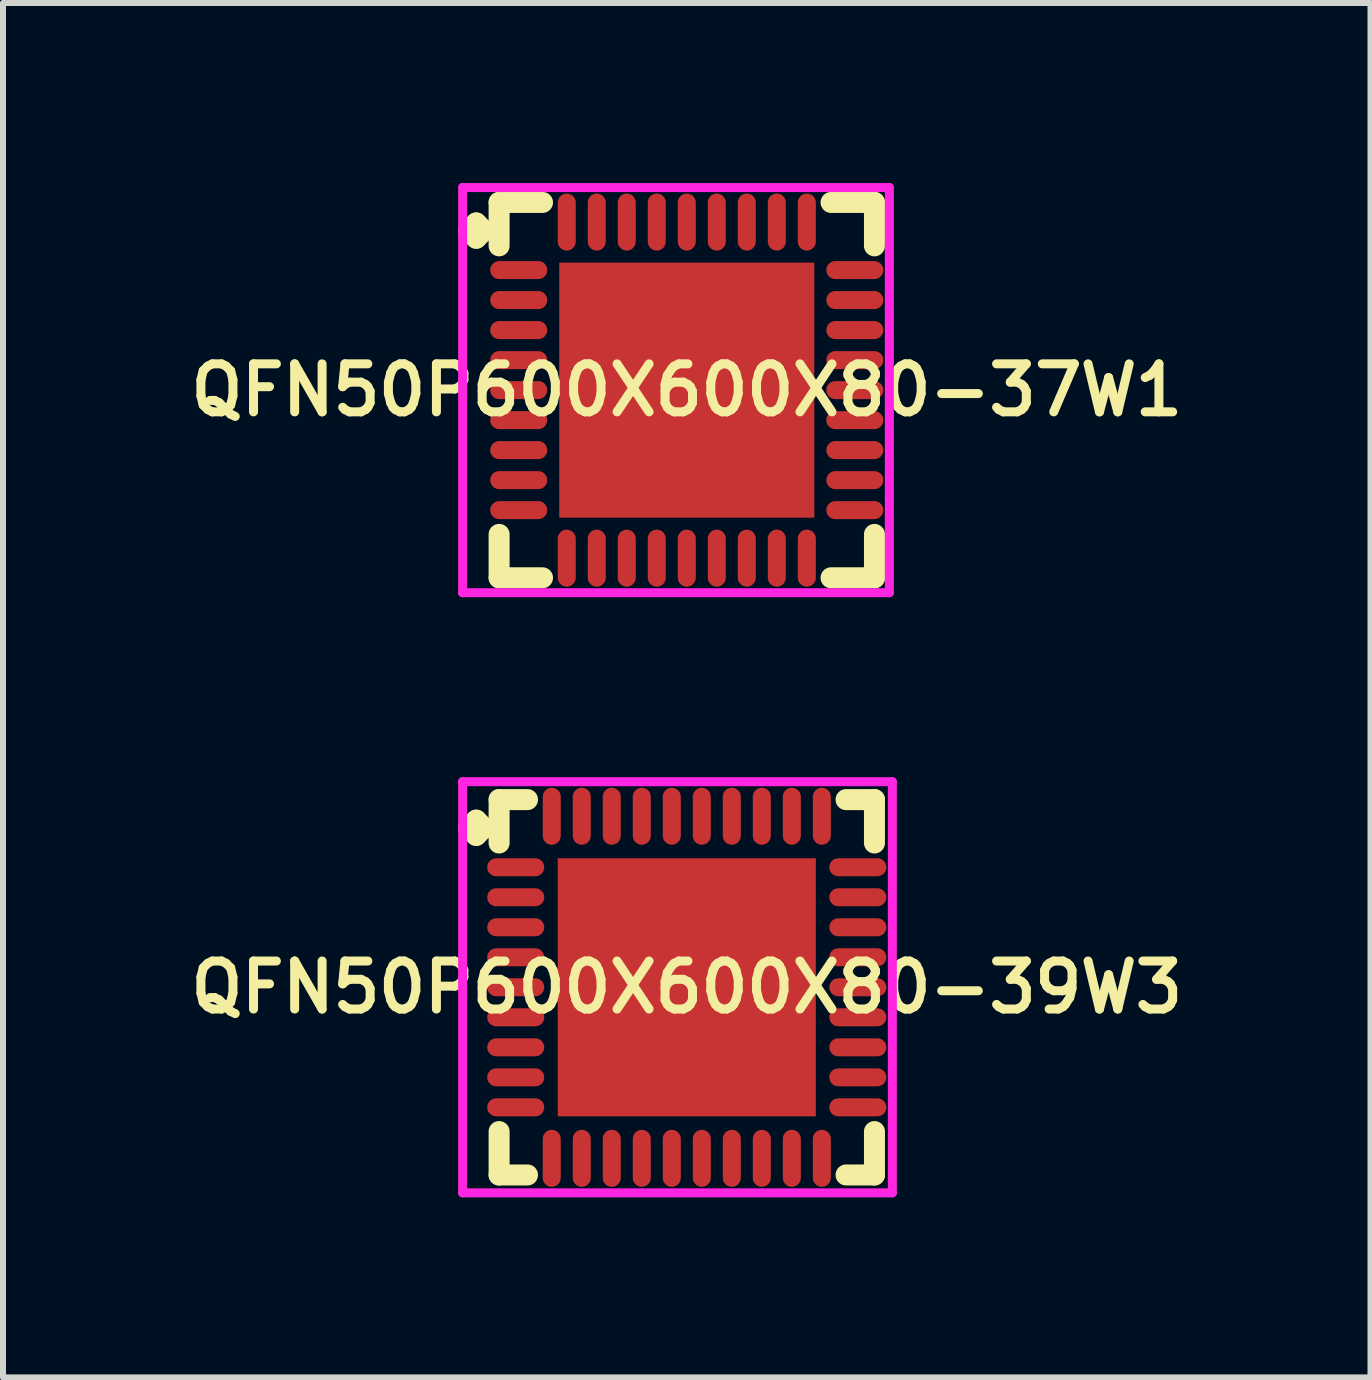
<source format=kicad_pcb>
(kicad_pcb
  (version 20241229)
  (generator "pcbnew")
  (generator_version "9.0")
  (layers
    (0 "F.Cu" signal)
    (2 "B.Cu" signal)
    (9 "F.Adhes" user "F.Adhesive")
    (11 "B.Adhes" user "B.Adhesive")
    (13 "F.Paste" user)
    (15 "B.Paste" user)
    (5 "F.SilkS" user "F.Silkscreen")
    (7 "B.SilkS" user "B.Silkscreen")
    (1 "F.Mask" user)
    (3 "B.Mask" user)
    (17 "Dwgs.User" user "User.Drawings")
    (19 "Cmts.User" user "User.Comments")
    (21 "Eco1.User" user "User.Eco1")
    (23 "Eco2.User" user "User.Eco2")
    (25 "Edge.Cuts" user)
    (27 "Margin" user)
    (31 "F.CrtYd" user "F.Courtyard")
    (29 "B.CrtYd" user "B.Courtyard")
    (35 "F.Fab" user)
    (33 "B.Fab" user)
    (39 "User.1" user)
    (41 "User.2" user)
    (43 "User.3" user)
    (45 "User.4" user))
  (footprint "QFN50P600X600X80-39W3"
    (layer "F.Cu")
    (at 8.393 13.4)
    (property "Reference" "QFN50P600X600X80-39W3" (at 0 0 0) (layer "F.SilkS") (effects (font (size 0.8 0.8) (thickness 0.15))))
    (attr smd)
    (fp_line (start -3.635 -2.658) (end -3.508 -2.785) (stroke (width 0.35) (type solid)) (layer "F.SilkS"))
    (fp_line (start -3.508 -2.785) (end -3.381 -2.658) (stroke (width 0.35) (type solid)) (layer "F.SilkS"))
    (fp_line (start -3.508 -2.531) (end -3.635 -2.658) (stroke (width 0.35) (type solid)) (layer "F.SilkS"))
    (fp_line (start -3.381 -2.658) (end -3.508 -2.531) (stroke (width 0.35) (type solid)) (layer "F.SilkS"))
    (fp_line (start -3.127 -3.127) (end -2.654 -3.127) (stroke (width 0.35) (type solid)) (layer "F.SilkS"))
    (fp_line (start -3.127 -2.404) (end -3.127 -3.127) (stroke (width 0.35) (type solid)) (layer "F.SilkS"))
    (fp_line (start -3.127 2.404) (end -3.127 3.127) (stroke (width 0.35) (type solid)) (layer "F.SilkS"))
    (fp_line (start -3.127 3.127) (end -2.654 3.127) (stroke (width 0.35) (type solid)) (layer "F.SilkS"))
    (fp_line (start 2.654 -3.127) (end 3.127 -3.127) (stroke (width 0.35) (type solid)) (layer "F.SilkS"))
    (fp_line (start 2.654 3.127) (end 3.127 3.127) (stroke (width 0.35) (type solid)) (layer "F.SilkS"))
    (fp_line (start 3.127 -3.127) (end 3.127 -2.404) (stroke (width 0.35) (type solid)) (layer "F.SilkS"))
    (fp_line (start 3.127 3.127) (end 3.127 2.404) (stroke (width 0.35) (type solid)) (layer "F.SilkS"))
    (fp_line (start -3.735 -3.425) (end 3.425 -3.425) (stroke (width 0.15) (type solid)) (layer "F.CrtYd"))
    (fp_line (start -3.735 3.425) (end -3.735 -3.425) (stroke (width 0.15) (type solid)) (layer "F.CrtYd"))
    (fp_line (start 3.425 -3.425) (end 3.425 3.425) (stroke (width 0.15) (type solid)) (layer "F.CrtYd"))
    (fp_line (start 3.425 3.425) (end -3.735 3.425) (stroke (width 0.15) (type solid)) (layer "F.CrtYd"))
    (pad "1" smd oval (at -2.85 -2) (size 0.95 0.3) (layers "F.Cu" "F.Mask" "F.Paste"))
    (pad "2" smd oval (at -2.85 -1.5) (size 0.95 0.3) (layers "F.Cu" "F.Mask" "F.Paste"))
    (pad "3" smd oval (at -2.85 -1) (size 0.95 0.3) (layers "F.Cu" "F.Mask" "F.Paste"))
    (pad "4" smd oval (at -2.85 -0.5) (size 0.95 0.3) (layers "F.Cu" "F.Mask" "F.Paste"))
    (pad "5" smd oval (at -2.85 0) (size 0.95 0.3) (layers "F.Cu" "F.Mask" "F.Paste"))
    (pad "6" smd oval (at -2.85 0.5) (size 0.95 0.3) (layers "F.Cu" "F.Mask" "F.Paste"))
    (pad "7" smd oval (at -2.85 1) (size 0.95 0.3) (layers "F.Cu" "F.Mask" "F.Paste"))
    (pad "8" smd oval (at -2.85 1.5) (size 0.95 0.3) (layers "F.Cu" "F.Mask" "F.Paste"))
    (pad "9" smd oval (at -2.85 2) (size 0.95 0.3) (layers "F.Cu" "F.Mask" "F.Paste"))
    (pad "10" smd oval (at -2.25 2.85) (size 0.3 0.95) (layers "F.Cu" "F.Mask" "F.Paste"))
    (pad "11" smd oval (at -1.75 2.85) (size 0.3 0.95) (layers "F.Cu" "F.Mask" "F.Paste"))
    (pad "12" smd oval (at -1.25 2.85) (size 0.3 0.95) (layers "F.Cu" "F.Mask" "F.Paste"))
    (pad "13" smd oval (at -0.75 2.85) (size 0.3 0.95) (layers "F.Cu" "F.Mask" "F.Paste"))
    (pad "14" smd oval (at -0.25 2.85) (size 0.3 0.95) (layers "F.Cu" "F.Mask" "F.Paste"))
    (pad "15" smd oval (at 0.25 2.85) (size 0.3 0.95) (layers "F.Cu" "F.Mask" "F.Paste"))
    (pad "16" smd oval (at 0.75 2.85) (size 0.3 0.95) (layers "F.Cu" "F.Mask" "F.Paste"))
    (pad "17" smd oval (at 1.25 2.85) (size 0.3 0.95) (layers "F.Cu" "F.Mask" "F.Paste"))
    (pad "18" smd oval (at 1.75 2.85) (size 0.3 0.95) (layers "F.Cu" "F.Mask" "F.Paste"))
    (pad "19" smd oval (at 2.25 2.85) (size 0.3 0.95) (layers "F.Cu" "F.Mask" "F.Paste"))
    (pad "20" smd oval (at 2.85 2) (size 0.95 0.3) (layers "F.Cu" "F.Mask" "F.Paste"))
    (pad "21" smd oval (at 2.85 1.5) (size 0.95 0.3) (layers "F.Cu" "F.Mask" "F.Paste"))
    (pad "22" smd oval (at 2.85 1) (size 0.95 0.3) (layers "F.Cu" "F.Mask" "F.Paste"))
    (pad "23" smd oval (at 2.85 0.5) (size 0.95 0.3) (layers "F.Cu" "F.Mask" "F.Paste"))
    (pad "24" smd oval (at 2.85 0) (size 0.95 0.3) (layers "F.Cu" "F.Mask" "F.Paste"))
    (pad "25" smd oval (at 2.85 -0.5) (size 0.95 0.3) (layers "F.Cu" "F.Mask" "F.Paste"))
    (pad "26" smd oval (at 2.85 -1) (size 0.95 0.3) (layers "F.Cu" "F.Mask" "F.Paste"))
    (pad "27" smd oval (at 2.85 -1.5) (size 0.95 0.3) (layers "F.Cu" "F.Mask" "F.Paste"))
    (pad "28" smd oval (at 2.85 -2) (size 0.95 0.3) (layers "F.Cu" "F.Mask" "F.Paste"))
    (pad "29" smd oval (at 2.25 -2.85) (size 0.3 0.95) (layers "F.Cu" "F.Mask" "F.Paste"))
    (pad "30" smd oval (at 1.75 -2.85) (size 0.3 0.95) (layers "F.Cu" "F.Mask" "F.Paste"))
    (pad "31" smd oval (at 1.25 -2.85) (size 0.3 0.95) (layers "F.Cu" "F.Mask" "F.Paste"))
    (pad "32" smd oval (at 0.75 -2.85) (size 0.3 0.95) (layers "F.Cu" "F.Mask" "F.Paste"))
    (pad "33" smd oval (at 0.25 -2.85) (size 0.3 0.95) (layers "F.Cu" "F.Mask" "F.Paste"))
    (pad "34" smd oval (at -0.25 -2.85) (size 0.3 0.95) (layers "F.Cu" "F.Mask" "F.Paste"))
    (pad "35" smd oval (at -0.75 -2.85) (size 0.3 0.95) (layers "F.Cu" "F.Mask" "F.Paste"))
    (pad "36" smd oval (at -1.25 -2.85) (size 0.3 0.95) (layers "F.Cu" "F.Mask" "F.Paste"))
    (pad "37" smd oval (at -1.75 -2.85) (size 0.3 0.95) (layers "F.Cu" "F.Mask" "F.Paste"))
    (pad "38" smd oval (at -2.25 -2.85) (size 0.3 0.95) (layers "F.Cu" "F.Mask" "F.Paste"))
    (pad "39" smd rect (at 0 0) (size 4.3 4.3) (layers "F.Cu" "F.Mask" "F.Paste")))
  (footprint "QFN50P600X600X80-37W1"
    (layer "F.Cu")
    (at 8.393 3.45)
    (property "Reference" "QFN50P600X600X80-37W1" (at 0 0 0) (layer "F.SilkS") (effects (font (size 0.8 0.8) (thickness 0.15))))
    (attr through_hole)
    (fp_line (start -3.635 -2.658) (end -3.508 -2.785) (stroke (width 0.35) (type solid)) (layer "F.SilkS"))
    (fp_line (start -3.508 -2.785) (end -3.381 -2.658) (stroke (width 0.35) (type solid)) (layer "F.SilkS"))
    (fp_line (start -3.508 -2.531) (end -3.635 -2.658) (stroke (width 0.35) (type solid)) (layer "F.SilkS"))
    (fp_line (start -3.381 -2.658) (end -3.508 -2.531) (stroke (width 0.35) (type solid)) (layer "F.SilkS"))
    (fp_line (start -3.127 -3.127) (end -2.404 -3.127) (stroke (width 0.35) (type solid)) (layer "F.SilkS"))
    (fp_line (start -3.127 -2.404) (end -3.127 -3.127) (stroke (width 0.35) (type solid)) (layer "F.SilkS"))
    (fp_line (start -3.127 2.404) (end -3.127 3.127) (stroke (width 0.35) (type solid)) (layer "F.SilkS"))
    (fp_line (start -3.127 3.127) (end -2.404 3.127) (stroke (width 0.35) (type solid)) (layer "F.SilkS"))
    (fp_line (start 2.404 -3.127) (end 3.127 -3.127) (stroke (width 0.35) (type solid)) (layer "F.SilkS"))
    (fp_line (start 2.404 3.127) (end 3.127 3.127) (stroke (width 0.35) (type solid)) (layer "F.SilkS"))
    (fp_line (start 3.127 -3.127) (end 3.127 -2.404) (stroke (width 0.35) (type solid)) (layer "F.SilkS"))
    (fp_line (start 3.127 3.127) (end 3.127 2.404) (stroke (width 0.35) (type solid)) (layer "F.SilkS"))
    (fp_line (start -3.735 -3.375) (end 3.375 -3.375) (stroke (width 0.15) (type solid)) (layer "F.CrtYd"))
    (fp_line (start -3.735 3.375) (end -3.735 -3.375) (stroke (width 0.15) (type solid)) (layer "F.CrtYd"))
    (fp_line (start 3.375 -3.375) (end 3.375 3.375) (stroke (width 0.15) (type solid)) (layer "F.CrtYd"))
    (fp_line (start 3.375 3.375) (end -3.735 3.375) (stroke (width 0.15) (type solid)) (layer "F.CrtYd"))
    (pad "1" smd oval (at -2.8 -2) (size 0.95 0.3) (layers "F.Cu" "F.Mask" "F.Paste"))
    (pad "2" smd oval (at -2.8 -1.5) (size 0.95 0.3) (layers "F.Cu" "F.Mask" "F.Paste"))
    (pad "3" smd oval (at -2.8 -1) (size 0.95 0.3) (layers "F.Cu" "F.Mask" "F.Paste"))
    (pad "4" smd oval (at -2.8 -0.5) (size 0.95 0.3) (layers "F.Cu" "F.Mask" "F.Paste"))
    (pad "5" smd oval (at -2.8 0) (size 0.95 0.3) (layers "F.Cu" "F.Mask" "F.Paste"))
    (pad "6" smd oval (at -2.8 0.5) (size 0.95 0.3) (layers "F.Cu" "F.Mask" "F.Paste"))
    (pad "7" smd oval (at -2.8 1) (size 0.95 0.3) (layers "F.Cu" "F.Mask" "F.Paste"))
    (pad "8" smd oval (at -2.8 1.5) (size 0.95 0.3) (layers "F.Cu" "F.Mask" "F.Paste"))
    (pad "9" smd oval (at -2.8 2) (size 0.95 0.3) (layers "F.Cu" "F.Mask" "F.Paste"))
    (pad "10" smd oval (at -2 2.8) (size 0.3 0.95) (layers "F.Cu" "F.Mask" "F.Paste"))
    (pad "11" smd oval (at -1.5 2.8) (size 0.3 0.95) (layers "F.Cu" "F.Mask" "F.Paste"))
    (pad "12" smd oval (at -1 2.8) (size 0.3 0.95) (layers "F.Cu" "F.Mask" "F.Paste"))
    (pad "13" smd oval (at -0.5 2.8) (size 0.3 0.95) (layers "F.Cu" "F.Mask" "F.Paste"))
    (pad "14" smd oval (at 0 2.8) (size 0.3 0.95) (layers "F.Cu" "F.Mask" "F.Paste"))
    (pad "15" smd oval (at 0.5 2.8) (size 0.3 0.95) (layers "F.Cu" "F.Mask" "F.Paste"))
    (pad "16" smd oval (at 1 2.8) (size 0.3 0.95) (layers "F.Cu" "F.Mask" "F.Paste"))
    (pad "17" smd oval (at 1.5 2.8) (size 0.3 0.95) (layers "F.Cu" "F.Mask" "F.Paste"))
    (pad "18" smd oval (at 2 2.8) (size 0.3 0.95) (layers "F.Cu" "F.Mask" "F.Paste"))
    (pad "19" smd oval (at 2.8 2) (size 0.95 0.3) (layers "F.Cu" "F.Mask" "F.Paste"))
    (pad "20" smd oval (at 2.8 1.5) (size 0.95 0.3) (layers "F.Cu" "F.Mask" "F.Paste"))
    (pad "21" smd oval (at 2.8 1) (size 0.95 0.3) (layers "F.Cu" "F.Mask" "F.Paste"))
    (pad "22" smd oval (at 2.8 0.5) (size 0.95 0.3) (layers "F.Cu" "F.Mask" "F.Paste"))
    (pad "23" smd oval (at 2.8 0) (size 0.95 0.3) (layers "F.Cu" "F.Mask" "F.Paste"))
    (pad "24" smd oval (at 2.8 -0.5) (size 0.95 0.3) (layers "F.Cu" "F.Mask" "F.Paste"))
    (pad "25" smd oval (at 2.8 -1) (size 0.95 0.3) (layers "F.Cu" "F.Mask" "F.Paste"))
    (pad "26" smd oval (at 2.8 -1.5) (size 0.95 0.3) (layers "F.Cu" "F.Mask" "F.Paste"))
    (pad "27" smd oval (at 2.8 -2) (size 0.95 0.3) (layers "F.Cu" "F.Mask" "F.Paste"))
    (pad "28" smd oval (at 2 -2.8) (size 0.3 0.95) (layers "F.Cu" "F.Mask" "F.Paste"))
    (pad "29" smd oval (at 1.5 -2.8) (size 0.3 0.95) (layers "F.Cu" "F.Mask" "F.Paste"))
    (pad "30" smd oval (at 1 -2.8) (size 0.3 0.95) (layers "F.Cu" "F.Mask" "F.Paste"))
    (pad "31" smd oval (at 0.5 -2.8) (size 0.3 0.95) (layers "F.Cu" "F.Mask" "F.Paste"))
    (pad "32" smd oval (at 0 -2.8) (size 0.3 0.95) (layers "F.Cu" "F.Mask" "F.Paste"))
    (pad "33" smd oval (at -0.5 -2.8) (size 0.3 0.95) (layers "F.Cu" "F.Mask" "F.Paste"))
    (pad "34" smd oval (at -1 -2.8) (size 0.3 0.95) (layers "F.Cu" "F.Mask" "F.Paste"))
    (pad "35" smd oval (at -1.5 -2.8) (size 0.3 0.95) (layers "F.Cu" "F.Mask" "F.Paste"))
    (pad "36" smd oval (at -2 -2.8) (size 0.3 0.95) (layers "F.Cu" "F.Mask" "F.Paste"))
    (pad "37" smd rect (at 0 0) (size 4.25 4.25) (layers "F.Cu" "F.Mask" "F.Paste")))
  (gr_rect
    (start -3 -3)
    (end 19.785 19.9)
    (stroke (width 0.1) (type default))
    (fill no)
    (layer "Edge.Cuts")))
</source>
